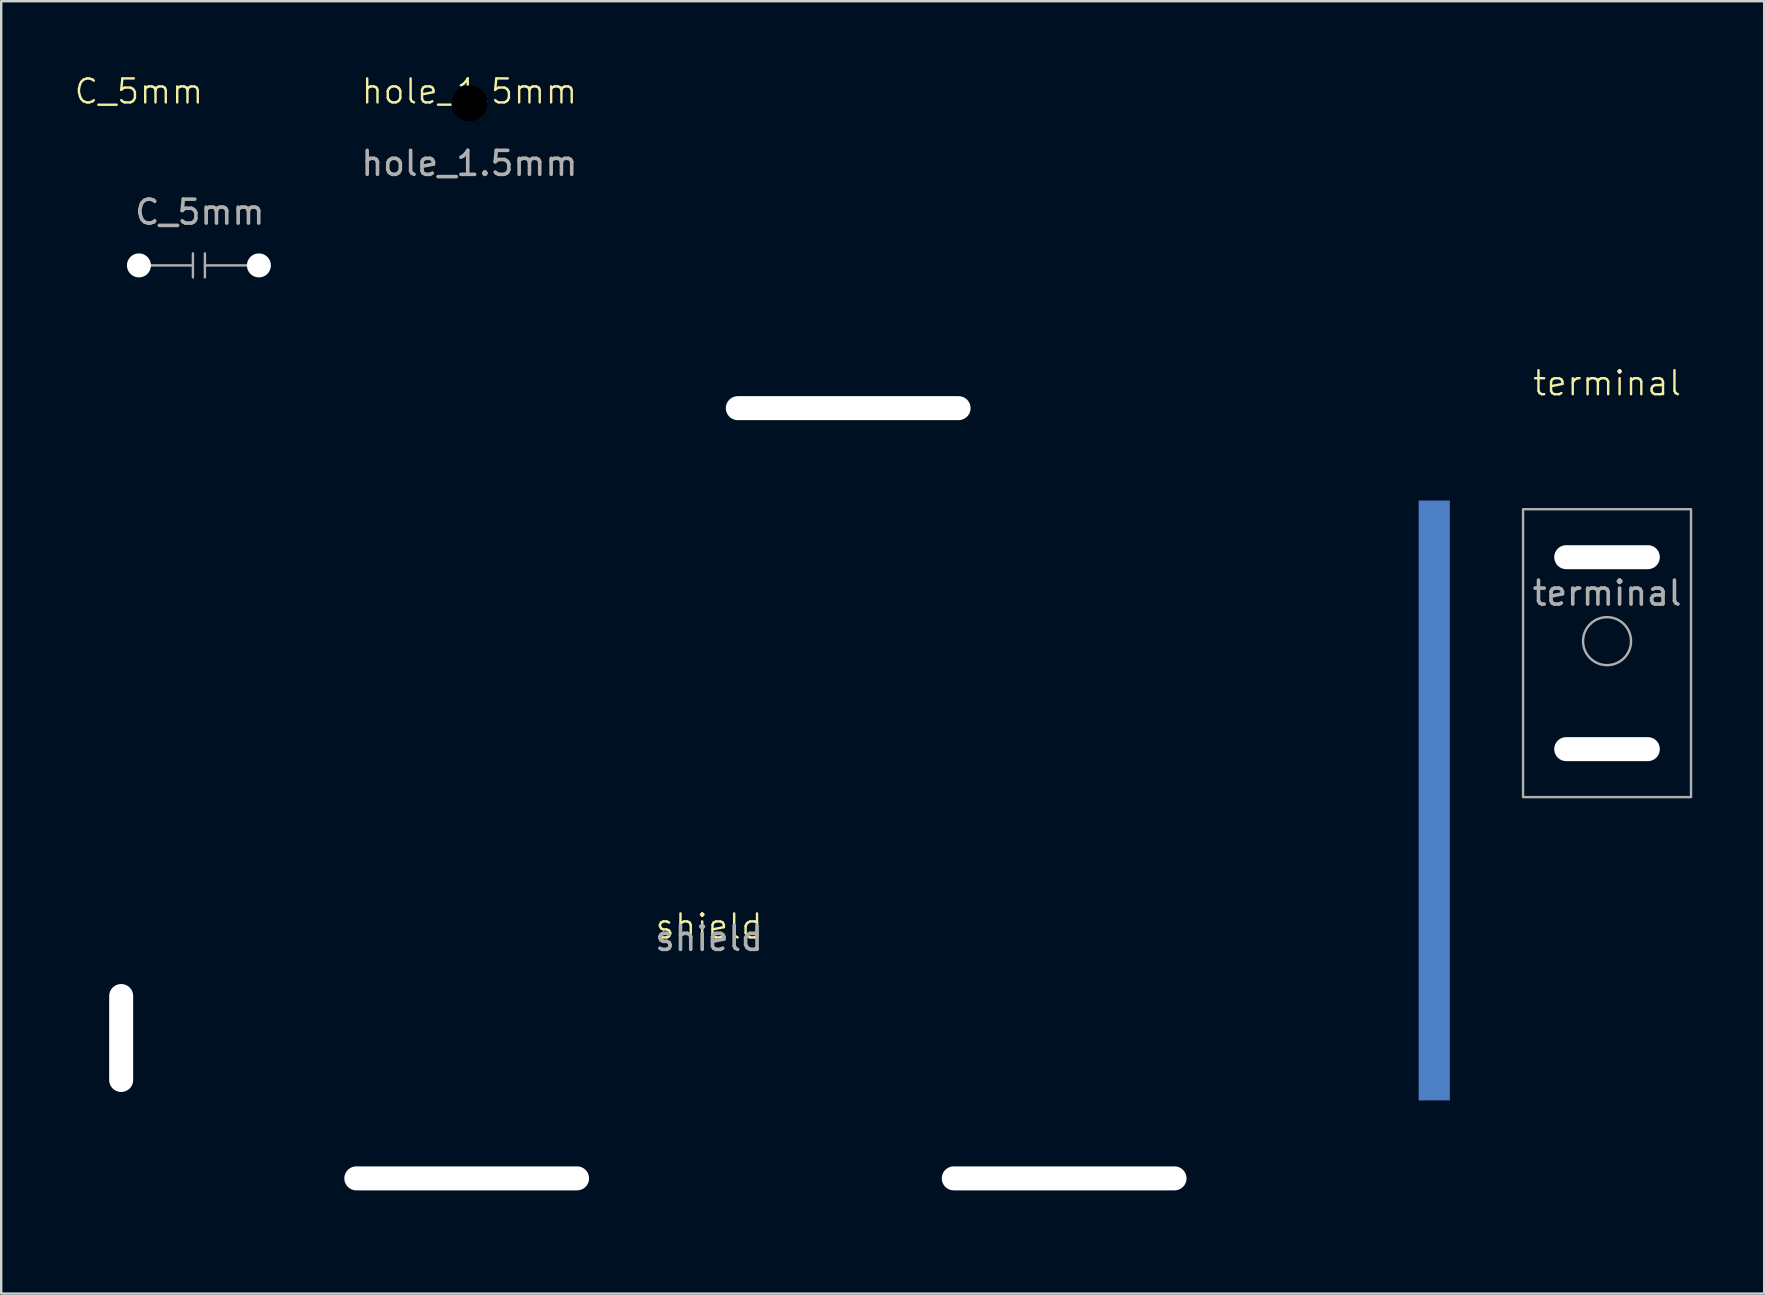
<source format=kicad_pcb>
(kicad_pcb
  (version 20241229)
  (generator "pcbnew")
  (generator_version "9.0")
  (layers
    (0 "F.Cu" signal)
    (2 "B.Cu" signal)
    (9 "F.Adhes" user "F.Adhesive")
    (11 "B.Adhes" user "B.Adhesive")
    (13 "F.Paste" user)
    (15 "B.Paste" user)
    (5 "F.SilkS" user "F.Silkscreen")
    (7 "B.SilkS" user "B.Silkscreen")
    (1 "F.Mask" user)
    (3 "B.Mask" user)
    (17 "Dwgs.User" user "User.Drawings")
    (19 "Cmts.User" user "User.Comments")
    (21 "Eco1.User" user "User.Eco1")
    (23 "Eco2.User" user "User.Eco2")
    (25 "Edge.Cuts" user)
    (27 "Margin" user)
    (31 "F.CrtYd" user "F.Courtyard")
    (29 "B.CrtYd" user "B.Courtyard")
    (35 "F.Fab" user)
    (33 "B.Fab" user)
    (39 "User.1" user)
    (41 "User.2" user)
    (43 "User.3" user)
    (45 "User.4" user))
  (footprint "terminal"
    (layer "F.Cu")
    (at 63.925 20.171)
    (property "Reference" "terminal" (at 0 -7.25 0) (unlocked yes) (layer "F.SilkS") (effects (font (size 1 1) (thickness 0.1))))
    (attr through_hole)
    (fp_rect (start -3.5 -2) (end 3.5 10) (stroke (width 0.1) (type default)) (fill no) (layer "F.Fab"))
    (fp_circle (center 0 3.5) (end 0 2.5) (stroke (width 0.1) (type default)) (fill no) (layer "F.Fab"))
    (fp_text user "${REFERENCE}" (at 0 1.5 0) (unlocked yes) (layer "F.Fab") (effects (font (size 1 1) (thickness 0.15))))
    (pad "1" thru_hole rect (at 0 0) (size 7 4) (drill oval 4.4 1) (layers "*.Cu" "B.Mask") (remove_unused_layers yes) (zone_layer_connections))
    (pad "1" thru_hole rect (at 0 8) (size 7 4) (drill oval 4.4 1) (layers "*.Cu" "B.Mask") (remove_unused_layers yes) (zone_layer_connections)))
  (footprint "hole_1.5mm"
    (layer "F.Cu")
    (at 16.515 1.26)
    (property "Reference" "hole_1.5mm" (at 0 -0.5 0) (unlocked yes) (layer "F.SilkS") (effects (font (size 1 1) (thickness 0.1))))
    (attr through_hole)
    (fp_text user "${REFERENCE}" (at 0 2.5 0) (unlocked yes) (layer "F.Fab") (effects (font (size 1 1) (thickness 0.15))))
    (pad "" np_thru_hole circle (at 0 0) (size 2.5 2.5) (drill 1.5) (layers "B.Mask")))
  (footprint "C_5mm"
    (layer "F.Cu")
    (at 2.74 8.011)
    (property "Reference" "C_5mm" (at 0 -7.25 0) (unlocked yes) (layer "F.SilkS") (effects (font (size 1 1) (thickness 0.1))))
    (attr through_hole)
    (fp_line (start 2.25 -0.5) (end 2.25 0.5) (stroke (width 0.1) (type default)) (layer "F.Fab"))
    (fp_line (start 2.25 0) (end 0.5 0) (stroke (width 0.1) (type default)) (layer "F.Fab"))
    (fp_line (start 2.75 -0.5) (end 2.75 0.5) (stroke (width 0.1) (type default)) (layer "F.Fab"))
    (fp_line (start 2.75 0) (end 4.5 0) (stroke (width 0.1) (type default)) (layer "F.Fab"))
    (fp_text user "${REFERENCE}" (at 2.54 -2.218 0) (unlocked yes) (layer "F.Fab") (effects (font (size 1 1) (thickness 0.15))))
    (pad "1" thru_hole circle (at 0 0) (size 2.3 2.3) (drill 1) (layers "*.Cu" "B.Mask") (remove_unused_layers yes) (zone_layer_connections))
    (pad "2" thru_hole circle (at 5 0) (size 2.3 2.3) (drill 1) (layers "*.Cu" "B.Mask") (remove_unused_layers yes) (zone_layer_connections)))
  (footprint "shield"
    (layer "F.Cu")
    (at 26.5 36.06)
    (property "Reference" "shield" (at 0 -0.5 0) (unlocked yes) (layer "F.SilkS") (effects (font (size 1 1) (thickness 0.1))))
    (attr through_hole)
    (fp_text user "${REFERENCE}" (at 0 0 0) (unlocked yes) (layer "F.Fab") (effects (font (size 1 1) (thickness 0.15))))
    (pad "1" thru_hole rect (at -24.5 4.15) (size 4 6.2) (drill oval 1 4.5) (layers "*.Cu" "B.Mask") (remove_unused_layers yes) (zone_layer_connections))
    (pad "1" thru_hole rect (at -10.1 10) (size 13 3.6) (drill oval 10.2 1) (layers "*.Cu" "B.Mask") (remove_unused_layers yes) (zone_layer_connections))
    (pad "1" thru_hole rect (at 5.8 -22.1) (size 13 3.6) (drill oval 10.2 1) (layers "*.Cu" "B.Mask") (remove_unused_layers yes) (zone_layer_connections))
    (pad "1" thru_hole rect (at 14.8 10) (size 13 3.6) (drill oval 10.2 1) (layers "*.Cu" "B.Mask") (remove_unused_layers yes) (zone_layer_connections))
    (pad "1" smd rect (at 30.225 -5.75) (size 1.3 25) (layers "B.Cu" "B.Mask")))
  (gr_rect
    (start -3 -3)
    (end 70.475 50.861)
    (stroke (width 0.1) (type default))
    (fill no)
    (layer "Edge.Cuts")))
</source>
